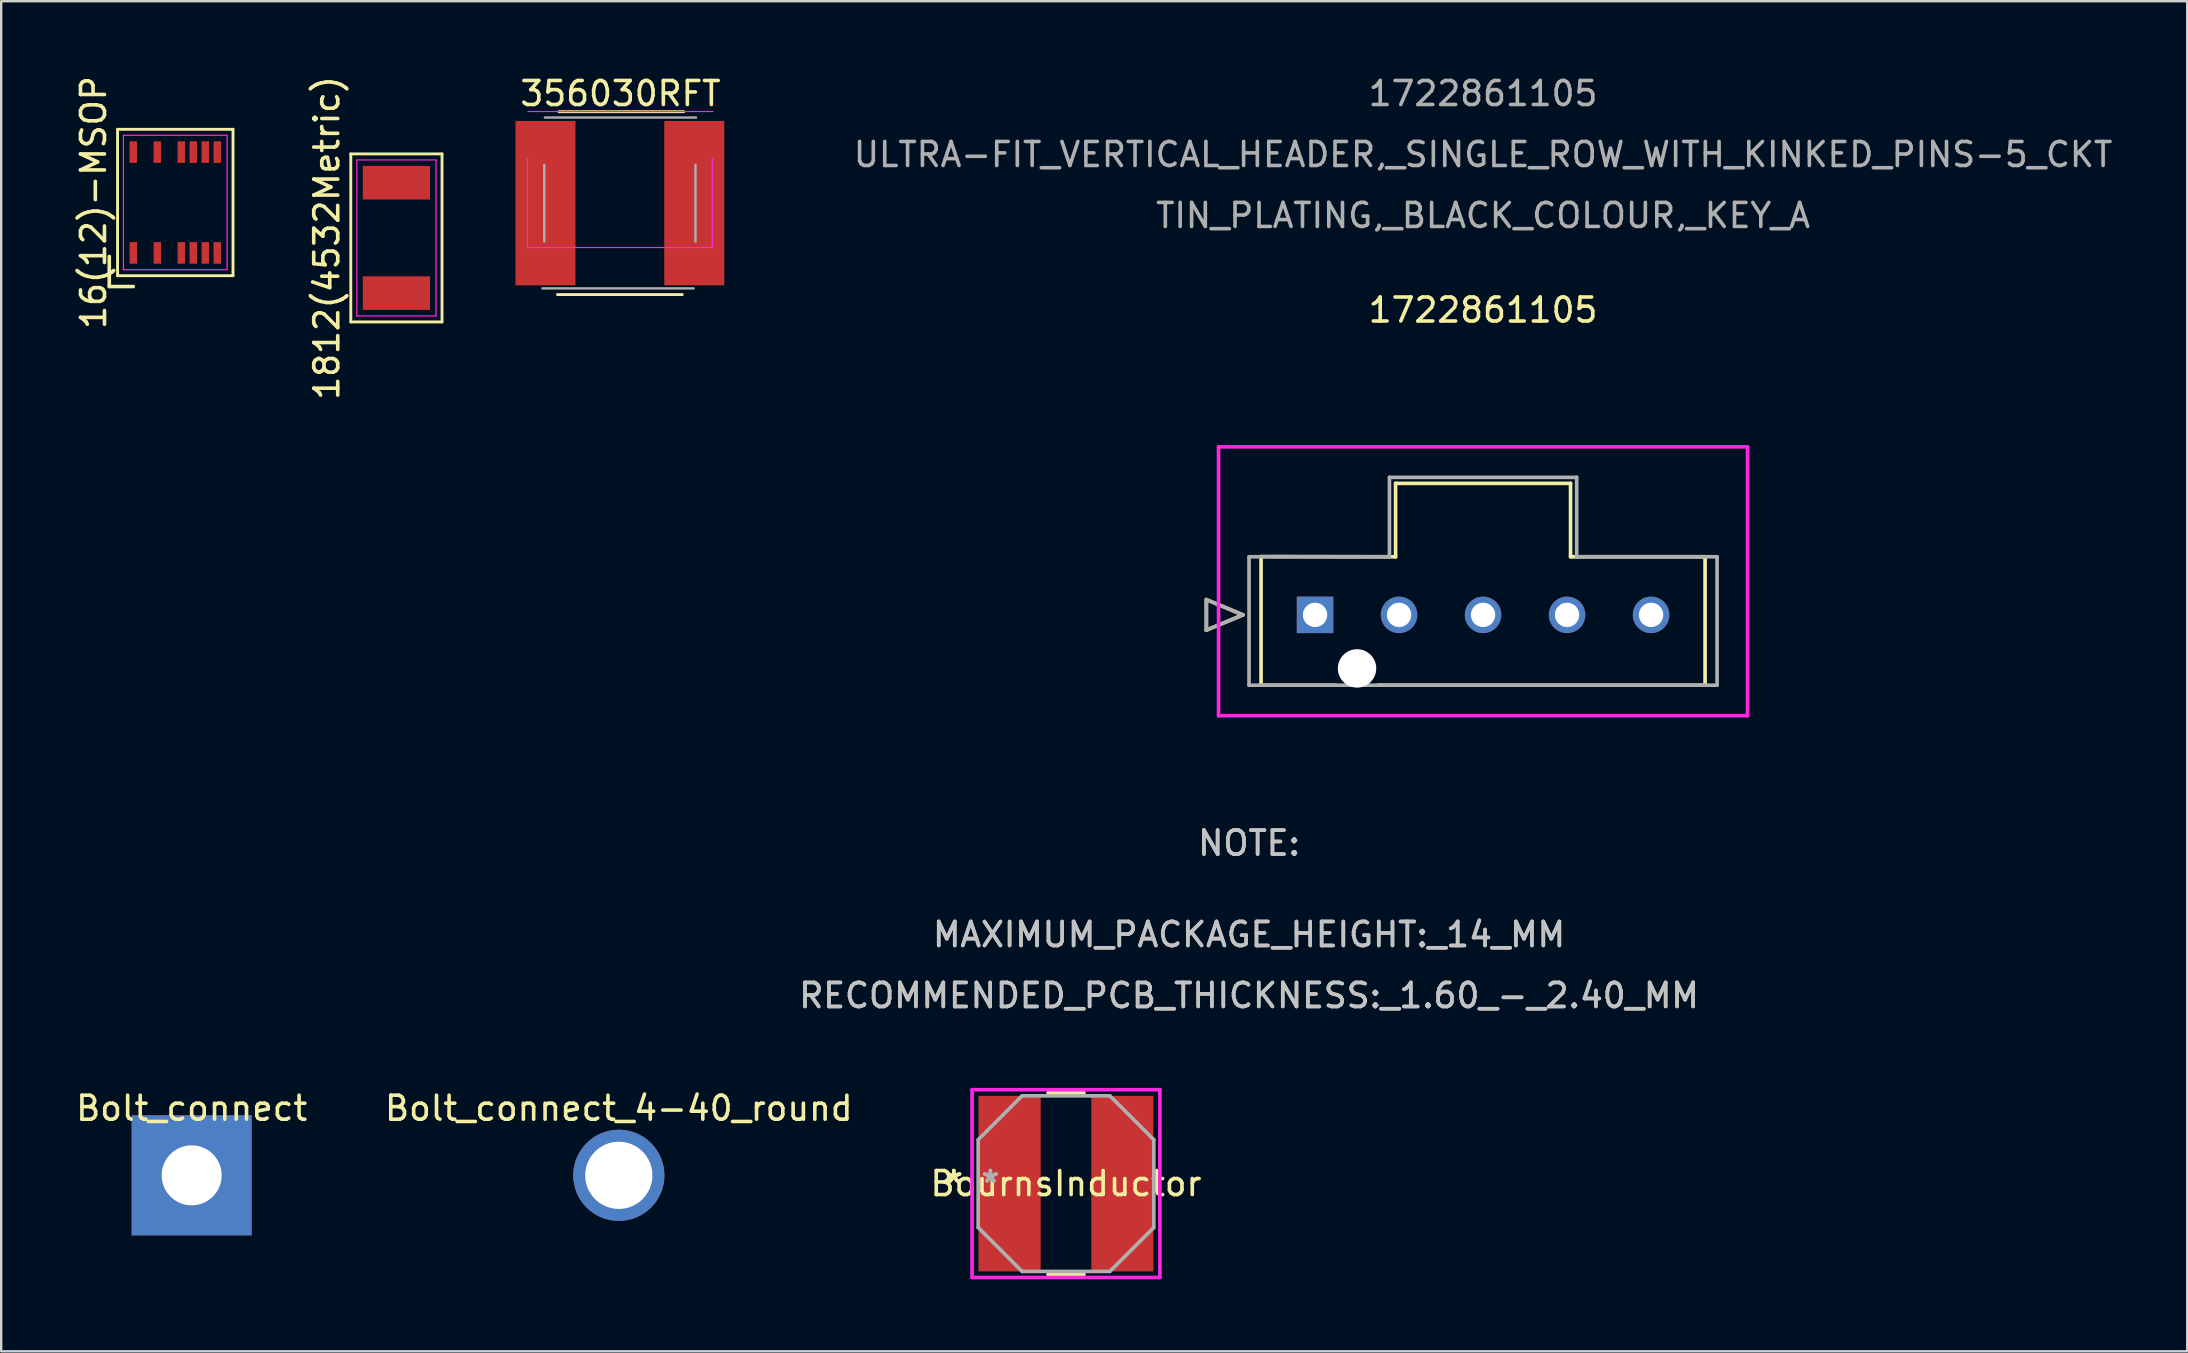
<source format=kicad_pcb>
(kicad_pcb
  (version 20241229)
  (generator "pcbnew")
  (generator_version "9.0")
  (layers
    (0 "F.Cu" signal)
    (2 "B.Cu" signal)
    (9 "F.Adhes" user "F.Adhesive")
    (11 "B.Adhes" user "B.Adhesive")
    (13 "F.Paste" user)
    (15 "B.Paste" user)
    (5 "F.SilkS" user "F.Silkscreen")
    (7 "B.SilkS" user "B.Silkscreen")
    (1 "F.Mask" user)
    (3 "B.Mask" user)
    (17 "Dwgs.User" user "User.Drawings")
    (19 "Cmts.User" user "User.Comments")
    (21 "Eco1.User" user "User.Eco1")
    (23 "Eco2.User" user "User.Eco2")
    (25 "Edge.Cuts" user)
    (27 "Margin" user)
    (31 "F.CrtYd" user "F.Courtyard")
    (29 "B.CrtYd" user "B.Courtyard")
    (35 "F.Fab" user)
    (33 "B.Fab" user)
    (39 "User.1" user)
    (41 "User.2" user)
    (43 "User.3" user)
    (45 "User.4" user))
  (footprint "1812(4532Metric)"
    (layer "F.Cu")
    (at 13.466 6.863)
    (property "Reference" "1812(4532Metric)" (at -2.9 0 90) (layer "F.SilkS") (effects (font (size 1 1) (thickness 0.15))))
    (attr smd)
    (fp_line (start -1.9 -3.5) (end 1.9 -3.5) (stroke (width 0.12) (type solid)) (layer "F.SilkS"))
    (fp_line (start -1.9 3.5) (end -1.9 -3.5) (stroke (width 0.12) (type solid)) (layer "F.SilkS"))
    (fp_line (start 1.9 -3.5) (end 1.9 3.5) (stroke (width 0.12) (type solid)) (layer "F.SilkS"))
    (fp_line (start 1.9 3.5) (end -1.9 3.5) (stroke (width 0.12) (type solid)) (layer "F.SilkS"))
    (fp_line (start -1.65 -3.25) (end 1.65 -3.25) (stroke (width 0.05) (type solid)) (layer "F.CrtYd"))
    (fp_line (start -1.65 3.25) (end -1.65 -3.25) (stroke (width 0.05) (type solid)) (layer "F.CrtYd"))
    (fp_line (start 1.65 -3.25) (end 1.65 3.25) (stroke (width 0.05) (type solid)) (layer "F.CrtYd"))
    (fp_line (start 1.65 3.25) (end -1.65 3.25) (stroke (width 0.05) (type solid)) (layer "F.CrtYd"))
    (pad "1" smd rect (at 0 2.3) (size 2.8 1.4) (layers "F.Cu" "F.Mask" "F.Paste"))
    (pad "2" smd rect (at 0 -2.3) (size 2.8 1.4) (layers "F.Cu" "F.Mask" "F.Paste")))
  (footprint "1722861105"
    (layer "F.Cu")
    (at 51.74 22.568)
    (property "Reference" "1722861105" (at 7 -12.7 0) (layer "F.SilkS") (effects (font (size 1 1) (thickness 0.15))))
    (attr through_hole)
    (fp_line (start -4.528 -0.635) (end -4.528 0.635) (stroke (width 0.152) (type solid)) (layer "F.SilkS"))
    (fp_line (start -4.528 0.635) (end -3.004 0) (stroke (width 0.152) (type solid)) (layer "F.SilkS"))
    (fp_line (start -3.004 0) (end -4.528 -0.635) (stroke (width 0.152) (type solid)) (layer "F.SilkS"))
    (fp_line (start -2.25 -2.431) (end 3.355 -2.42) (stroke (width 0.152) (type solid)) (layer "F.SilkS"))
    (fp_line (start -2.25 2.93) (end -2.25 -2.42) (stroke (width 0.152) (type solid)) (layer "F.SilkS"))
    (fp_line (start 0.876 2.93) (end -2.25 2.93) (stroke (width 0.152) (type solid)) (layer "F.SilkS"))
    (fp_line (start 3.355 -5.48) (end 10.645 -5.48) (stroke (width 0.152) (type solid)) (layer "F.SilkS"))
    (fp_line (start 3.355 -2.42) (end 3.355 -5.48) (stroke (width 0.152) (type solid)) (layer "F.SilkS"))
    (fp_line (start 10.645 -5.48) (end 10.645 -2.42) (stroke (width 0.152) (type solid)) (layer "F.SilkS"))
    (fp_line (start 10.645 -2.42) (end 16.25 -2.42) (stroke (width 0.152) (type solid)) (layer "F.SilkS"))
    (fp_line (start 16.25 -2.42) (end 16.25 2.93) (stroke (width 0.152) (type solid)) (layer "F.SilkS"))
    (fp_line (start 16.25 2.93) (end 2.624 2.93) (stroke (width 0.152) (type solid)) (layer "F.SilkS"))
    (fp_line (start -4.02 -7) (end -4.02 4.2) (stroke (width 0.152) (type solid)) (layer "F.CrtYd"))
    (fp_line (start -4.02 4.2) (end 18.02 4.2) (stroke (width 0.152) (type solid)) (layer "F.CrtYd"))
    (fp_line (start 18.02 -7) (end -4.02 -7) (stroke (width 0.152) (type solid)) (layer "F.CrtYd"))
    (fp_line (start 18.02 4.2) (end 18.02 -7) (stroke (width 0.152) (type solid)) (layer "F.CrtYd"))
    (fp_line (start -4.528 -0.635) (end -4.528 0.635) (stroke (width 0.152) (type solid)) (layer "F.Fab"))
    (fp_line (start -4.528 0.635) (end -3.004 0) (stroke (width 0.152) (type solid)) (layer "F.Fab"))
    (fp_line (start -3.004 0) (end -4.528 -0.635) (stroke (width 0.152) (type solid)) (layer "F.Fab"))
    (fp_line (start -2.75 -2.42) (end 3.1 -2.42) (stroke (width 0.152) (type solid)) (layer "F.Fab"))
    (fp_line (start -2.75 2.93) (end -2.75 -2.42) (stroke (width 0.152) (type solid)) (layer "F.Fab"))
    (fp_line (start 3.1 -5.73) (end 10.9 -5.73) (stroke (width 0.152) (type solid)) (layer "F.Fab"))
    (fp_line (start 3.1 -2.42) (end 3.1 -5.73) (stroke (width 0.152) (type solid)) (layer "F.Fab"))
    (fp_line (start 10.9 -5.73) (end 10.9 -2.42) (stroke (width 0.152) (type solid)) (layer "F.Fab"))
    (fp_line (start 10.9 -2.42) (end 16.75 -2.42) (stroke (width 0.152) (type solid)) (layer "F.Fab"))
    (fp_line (start 16.75 -2.42) (end 16.75 2.93) (stroke (width 0.152) (type solid)) (layer "F.Fab"))
    (fp_line (start 16.75 2.93) (end -2.75 2.93) (stroke (width 0.152) (type solid)) (layer "F.Fab"))
    (fp_text user "RECOMMENDED_PCB_THICKNESS:_1.60_-_2.40_MM" (at -2.75 15.86 0) (layer "Dwgs.User") (effects (font (size 1 1) (thickness 0.15))))
    (fp_text user "NOTE:" (at -2.75 9.51 0) (layer "Dwgs.User") (effects (font (size 1 1) (thickness 0.15))))
    (fp_text user "MAXIMUM_PACKAGE_HEIGHT:_14_MM" (at -2.75 13.32 0) (layer "Dwgs.User") (effects (font (size 1 1) (thickness 0.15))))
    (fp_text user "RECOMMENDED_PCB_THICKNESS:_1.60_-_2.40_MM" (at -2.75 15.86 0) (layer "Dwgs.User") (effects (font (size 1 1) (thickness 0.15))))
    (fp_text user "NOTE:" (at -2.75 9.51 0) (layer "Dwgs.User") (effects (font (size 1 1) (thickness 0.15))))
    (fp_text user "MAXIMUM_PACKAGE_HEIGHT:_14_MM" (at -2.75 13.32 0) (layer "Dwgs.User") (effects (font (size 1 1) (thickness 0.15))))
    (fp_text user "1722861105" (at 7 -21.72 0) (layer "F.Fab") (effects (font (size 1 1) (thickness 0.15))))
    (fp_text user "ULTRA-FIT_VERTICAL_HEADER,_SINGLE_ROW_WITH_KINKED_PINS-5_CKT" (at 7 -19.18 0) (layer "F.Fab") (effects (font (size 1 1) (thickness 0.15))))
    (fp_text user "TIN_PLATING,_BLACK_COLOUR,_KEY_A" (at 7 -16.64 0) (layer "F.Fab") (effects (font (size 1 1) (thickness 0.15))))
    (pad "" np_thru_hole circle (at 1.75 2.23) (size 1.6 1.6) (drill 1.6) (layers "*.Cu" "*.Mask"))
    (pad "1" thru_hole rect (at 0 0) (size 1.52 1.52) (drill 1.016) (layers "*.Cu" "*.Mask"))
    (pad "2" thru_hole circle (at 3.5 0) (size 1.52 1.52) (drill 1.016) (layers "*.Cu" "*.Mask"))
    (pad "3" thru_hole circle (at 7 0) (size 1.52 1.52) (drill 1.016) (layers "*.Cu" "*.Mask"))
    (pad "4" thru_hole circle (at 10.5 0) (size 1.52 1.52) (drill 1.016) (layers "*.Cu" "*.Mask"))
    (pad "5" thru_hole circle (at 14 0) (size 1.52 1.52) (drill 1.016) (layers "*.Cu" "*.Mask")))
  (footprint "356030RFT"
    (layer "F.Cu")
    (at 22.776 5.413)
    (property "Reference" "356030RFT" (at 0.026 -4.565 0) (layer "F.SilkS") (effects (font (size 1 1) (thickness 0.15))))
    (attr smd)
    (fp_line (start -2.54 -3.81) (end 2.66 -3.81) (stroke (width 0.12) (type solid)) (layer "F.SilkS"))
    (fp_line (start 2.6 3.81) (end -2.6 3.81) (stroke (width 0.12) (type solid)) (layer "F.SilkS"))
    (fp_line (start -3.85 -1.85) (end -3.85 1.85) (stroke (width 0.05) (type solid)) (layer "F.CrtYd"))
    (fp_line (start -3.824 -3.815) (end 3.876 -3.815) (stroke (width 0.05) (type solid)) (layer "F.CrtYd"))
    (fp_line (start 3.85 1.85) (end -3.85 1.85) (stroke (width 0.05) (type solid)) (layer "F.CrtYd"))
    (fp_line (start 3.85 1.85) (end 3.85 -1.85) (stroke (width 0.05) (type solid)) (layer "F.CrtYd"))
    (fp_line (start -3.15 1.6) (end -3.15 -1.6) (stroke (width 0.1) (type solid)) (layer "F.Fab"))
    (fp_line (start -3.124 -3.565) (end 3.176 -3.565) (stroke (width 0.1) (type solid)) (layer "F.Fab"))
    (fp_line (start 3.075 3.552) (end -3.225 3.552) (stroke (width 0.1) (type solid)) (layer "F.Fab"))
    (fp_line (start 3.15 -1.6) (end 3.15 1.6) (stroke (width 0.1) (type solid)) (layer "F.Fab"))
    (pad "1" smd rect (at -3.1 0) (size 2.5 6.85) (layers "F.Cu" "F.Mask" "F.Paste"))
    (pad "2" smd rect (at 3.1 0) (size 2.5 6.85) (layers "F.Cu" "F.Mask" "F.Paste")))
  (footprint "16(12)-MSOP"
    (layer "F.Cu")
    (at 4.253 5.387)
    (property "Reference" "16(12)-MSOP" (at -3.405 0 90) (layer "F.SilkS") (effects (font (size 1 1) (thickness 0.15))))
    (attr smd)
    (fp_line (start -2.75 2.25) (end -2.75 3.5) (stroke (width 0.15) (type solid)) (layer "F.SilkS"))
    (fp_line (start -2.75 3.5) (end -1.75 3.5) (stroke (width 0.15) (type solid)) (layer "F.SilkS"))
    (fp_line (start -2.405 -3.05) (end 2.405 -3.05) (stroke (width 0.12) (type solid)) (layer "F.SilkS"))
    (fp_line (start -2.405 3.05) (end -2.405 -3.05) (stroke (width 0.12) (type solid)) (layer "F.SilkS"))
    (fp_line (start 2.405 -3.05) (end 2.405 3.05) (stroke (width 0.12) (type solid)) (layer "F.SilkS"))
    (fp_line (start 2.405 3.05) (end -2.405 3.05) (stroke (width 0.12) (type solid)) (layer "F.SilkS"))
    (fp_line (start -2.16 -2.8) (end 2.16 -2.8) (stroke (width 0.05) (type solid)) (layer "F.CrtYd"))
    (fp_line (start -2.16 2.8) (end -2.16 -2.8) (stroke (width 0.05) (type solid)) (layer "F.CrtYd"))
    (fp_line (start 2.16 -2.8) (end 2.16 2.8) (stroke (width 0.05) (type solid)) (layer "F.CrtYd"))
    (fp_line (start 2.16 2.8) (end -2.16 2.8) (stroke (width 0.05) (type solid)) (layer "F.CrtYd"))
    (pad "1" smd rect (at -1.75 2.1) (size 0.31 0.9) (layers "F.Cu" "F.Mask" "F.Paste"))
    (pad "3" smd rect (at -0.75 2.1) (size 0.31 0.9) (layers "F.Cu" "F.Mask" "F.Paste"))
    (pad "5" smd rect (at 0.25 2.1) (size 0.31 0.9) (layers "F.Cu" "F.Mask" "F.Paste"))
    (pad "6" smd rect (at 0.75 2.1) (size 0.31 0.9) (layers "F.Cu" "F.Mask" "F.Paste"))
    (pad "7" smd rect (at 1.25 2.1) (size 0.31 0.9) (layers "F.Cu" "F.Mask" "F.Paste"))
    (pad "8" smd rect (at 1.75 2.1) (size 0.31 0.9) (layers "F.Cu" "F.Mask" "F.Paste"))
    (pad "9" smd rect (at 1.75 -2.1) (size 0.31 0.9) (layers "F.Cu" "F.Mask" "F.Paste"))
    (pad "10" smd rect (at 1.25 -2.1) (size 0.31 0.9) (layers "F.Cu" "F.Mask" "F.Paste"))
    (pad "11" smd rect (at 0.75 -2.1) (size 0.31 0.9) (layers "F.Cu" "F.Mask" "F.Paste"))
    (pad "12" smd rect (at 0.25 -2.1) (size 0.31 0.9) (layers "F.Cu" "F.Mask" "F.Paste"))
    (pad "14" smd rect (at -0.75 -2.1) (size 0.31 0.9) (layers "F.Cu" "F.Mask" "F.Paste"))
    (pad "16" smd rect (at -1.75 -2.1) (size 0.31 0.9) (layers "F.Cu" "F.Mask" "F.Paste")))
  (footprint "Bolt_connect_4-40_round"
    (layer "F.Cu")
    (at 22.732 45.919)
    (property "Reference" "Bolt_connect_4-40_round" (at 0 -2.794 0) (layer "F.SilkS") (effects (font (size 1 1) (thickness 0.15))))
    (attr through_hole)
    (pad "1" thru_hole circle (at 0 0) (size 3.8 3.8) (drill 2.8) (layers "*.Cu" "*.Mask")))
  (footprint "Bolt_connect"
    (layer "F.Cu")
    (at 4.935 45.919)
    (property "Reference" "Bolt_connect" (at 0 -2.794 0) (layer "F.SilkS") (effects (font (size 1 1) (thickness 0.15))))
    (attr through_hole)
    (pad "1" thru_hole rect (at 0 0) (size 5 5) (drill 2.5) (layers "*.Cu" "*.Mask")))
  (footprint "BournsInductor"
    (layer "F.Cu")
    (at 41.363 46.264)
    (property "Reference" "BournsInductor" (at 0 0 0) (layer "F.SilkS") (effects (font (size 1 1) (thickness 0.15))))
    (attr through_hole)
    (fp_line (start -0.747 3.785) (end 0.747 3.785) (stroke (width 0.152) (type solid)) (layer "F.SilkS"))
    (fp_line (start 0.747 -3.785) (end -0.747 -3.785) (stroke (width 0.152) (type solid)) (layer "F.SilkS"))
    (fp_line (start -3.912 -3.912) (end 3.912 -3.912) (stroke (width 0.152) (type solid)) (layer "F.CrtYd"))
    (fp_line (start -3.912 3.912) (end -3.912 -3.912) (stroke (width 0.152) (type solid)) (layer "F.CrtYd"))
    (fp_line (start 3.912 -3.912) (end 3.912 3.912) (stroke (width 0.152) (type solid)) (layer "F.CrtYd"))
    (fp_line (start 3.912 3.912) (end -3.912 3.912) (stroke (width 0.152) (type solid)) (layer "F.CrtYd"))
    (fp_line (start -3.658 -1.829) (end -3.658 1.829) (stroke (width 0.152) (type solid)) (layer "F.Fab"))
    (fp_line (start -3.658 1.829) (end -1.829 3.658) (stroke (width 0.152) (type solid)) (layer "F.Fab"))
    (fp_line (start -1.829 -3.658) (end -3.658 -1.829) (stroke (width 0.152) (type solid)) (layer "F.Fab"))
    (fp_line (start -1.829 3.658) (end 1.829 3.658) (stroke (width 0.152) (type solid)) (layer "F.Fab"))
    (fp_line (start 1.829 -3.658) (end -1.829 -3.658) (stroke (width 0.152) (type solid)) (layer "F.Fab"))
    (fp_line (start 1.829 3.658) (end 3.658 1.829) (stroke (width 0.152) (type solid)) (layer "F.Fab"))
    (fp_line (start 3.658 -1.829) (end 1.829 -3.658) (stroke (width 0.152) (type solid)) (layer "F.Fab"))
    (fp_line (start 3.658 1.829) (end 3.658 -1.829) (stroke (width 0.152) (type solid)) (layer "F.Fab"))
    (fp_text user "*" (at -4.674 0 0) (layer "F.SilkS") (effects (font (size 1 1) (thickness 0.15))))
    (fp_text user "*" (at -4.674 0 0) (layer "F.SilkS") (effects (font (size 1 1) (thickness 0.15))))
    (fp_text user "Copyright 2016 Accelerated Designs. All rights reserved." (at 0 0 0) (layer "Cmts.User") (effects (font (size 0.127 0.127) (thickness 0.002))))
    (fp_text user "*" (at -3.15 0 0) (layer "F.Fab") (effects (font (size 1 1) (thickness 0.15))))
    (fp_text user "*" (at -3.15 0 0) (layer "F.Fab") (effects (font (size 1 1) (thickness 0.15))))
    (pad "1" smd rect (at -2.35 0) (size 2.591 7.315) (layers "F.Cu" "F.Mask" "F.Paste"))
    (pad "2" smd rect (at 2.35 0) (size 2.591 7.315) (layers "F.Cu" "F.Mask" "F.Paste")))
  (gr_rect
    (start -3 -3)
    (end 88.079 53.252)
    (stroke (width 0.1) (type default))
    (fill no)
    (layer "Edge.Cuts")))
</source>
